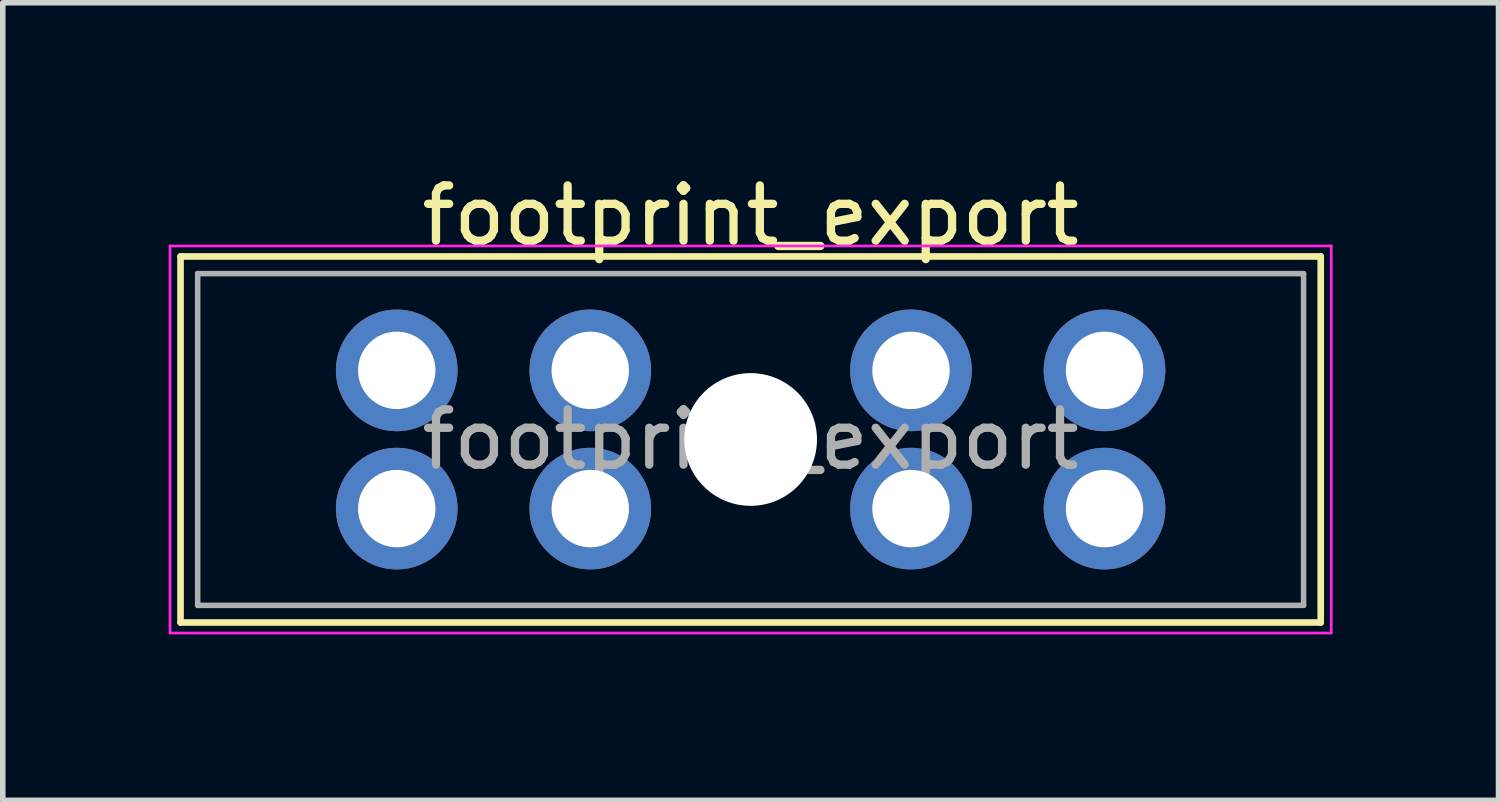
<source format=kicad_pcb>
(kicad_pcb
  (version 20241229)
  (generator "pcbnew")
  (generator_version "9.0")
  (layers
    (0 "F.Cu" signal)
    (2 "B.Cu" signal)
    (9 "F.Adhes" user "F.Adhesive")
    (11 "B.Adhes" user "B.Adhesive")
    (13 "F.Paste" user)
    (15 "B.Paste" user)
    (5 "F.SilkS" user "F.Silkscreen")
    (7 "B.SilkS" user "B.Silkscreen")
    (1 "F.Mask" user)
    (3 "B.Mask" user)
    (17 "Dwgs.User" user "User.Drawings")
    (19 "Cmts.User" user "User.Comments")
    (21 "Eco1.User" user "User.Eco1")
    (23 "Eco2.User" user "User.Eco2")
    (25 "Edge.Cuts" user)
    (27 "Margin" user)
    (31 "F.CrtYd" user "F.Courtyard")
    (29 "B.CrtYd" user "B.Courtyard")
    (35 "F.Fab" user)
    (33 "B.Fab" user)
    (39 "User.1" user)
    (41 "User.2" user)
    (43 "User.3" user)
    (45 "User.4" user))
  (footprint "footprint_export"
    (layer "F.Cu")
    (at 4.125 3.648)
    (property "Reference" "footprint_export" (at 6.4 -2.8 0) (layer "F.SilkS") (effects (font (size 1 1) (thickness 0.15))))
    (attr through_hole)
    (fp_line (start -3.91 -2.06) (end 16.71 -2.06) (stroke (width 0.12) (type solid)) (layer "F.SilkS"))
    (fp_line (start -3.91 4.56) (end -3.91 -2.06) (stroke (width 0.12) (type solid)) (layer "F.SilkS"))
    (fp_line (start 16.71 -2.06) (end 16.71 4.56) (stroke (width 0.12) (type solid)) (layer "F.SilkS"))
    (fp_line (start 16.71 4.56) (end -3.91 4.56) (stroke (width 0.12) (type solid)) (layer "F.SilkS"))
    (fp_line (start -4.1 -2.25) (end 16.9 -2.25) (stroke (width 0.05) (type default)) (layer "F.CrtYd"))
    (fp_line (start -4.1 4.75) (end -4.1 -2.25) (stroke (width 0.05) (type default)) (layer "F.CrtYd"))
    (fp_line (start 16.9 -2.25) (end 16.9 4.75) (stroke (width 0.05) (type default)) (layer "F.CrtYd"))
    (fp_line (start 16.9 4.75) (end -4.1 4.75) (stroke (width 0.05) (type default)) (layer "F.CrtYd"))
    (fp_line (start -3.6 -1.75) (end 16.4 -1.75) (stroke (width 0.1) (type solid)) (layer "F.Fab"))
    (fp_line (start -3.6 4.25) (end -3.6 -1.75) (stroke (width 0.1) (type solid)) (layer "F.Fab"))
    (fp_line (start 16.4 -1.75) (end 16.4 4.25) (stroke (width 0.1) (type solid)) (layer "F.Fab"))
    (fp_line (start 16.4 4.25) (end -3.6 4.25) (stroke (width 0.1) (type solid)) (layer "F.Fab"))
    (fp_text user "${REFERENCE}" (at 6.4 1.25 0) (layer "F.Fab") (effects (font (size 1 1) (thickness 0.15))))
    (pad "" np_thru_hole circle (at 6.4 1.25) (size 2.4 2.4) (drill 2.4) (layers "*.Cu" "*.Mask"))
    (pad "1" thru_hole circle (at 0 0) (size 2.2 2.2) (drill 1.4) (layers "*.Cu" "*.Mask"))
    (pad "1" thru_hole circle (at 0 2.5) (size 2.2 2.2) (drill 1.4) (layers "*.Cu" "*.Mask"))
    (pad "1" thru_hole circle (at 3.5 0) (size 2.2 2.2) (drill 1.4) (layers "*.Cu" "*.Mask"))
    (pad "1" thru_hole circle (at 3.5 2.5) (size 2.2 2.2) (drill 1.4) (layers "*.Cu" "*.Mask"))
    (pad "2" thru_hole circle (at 9.3 0) (size 2.2 2.2) (drill 1.4) (layers "*.Cu" "*.Mask"))
    (pad "2" thru_hole circle (at 9.3 2.5) (size 2.2 2.2) (drill 1.4) (layers "*.Cu" "*.Mask"))
    (pad "2" thru_hole circle (at 12.8 0) (size 2.2 2.2) (drill 1.4) (layers "*.Cu" "*.Mask"))
    (pad "2" thru_hole circle (at 12.8 2.5) (size 2.2 2.2) (drill 1.4) (layers "*.Cu" "*.Mask")))
  (gr_rect
    (start -3 -3)
    (end 24.05 11.423)
    (stroke (width 0.1) (type default))
    (fill no)
    (layer "Edge.Cuts")))
</source>
